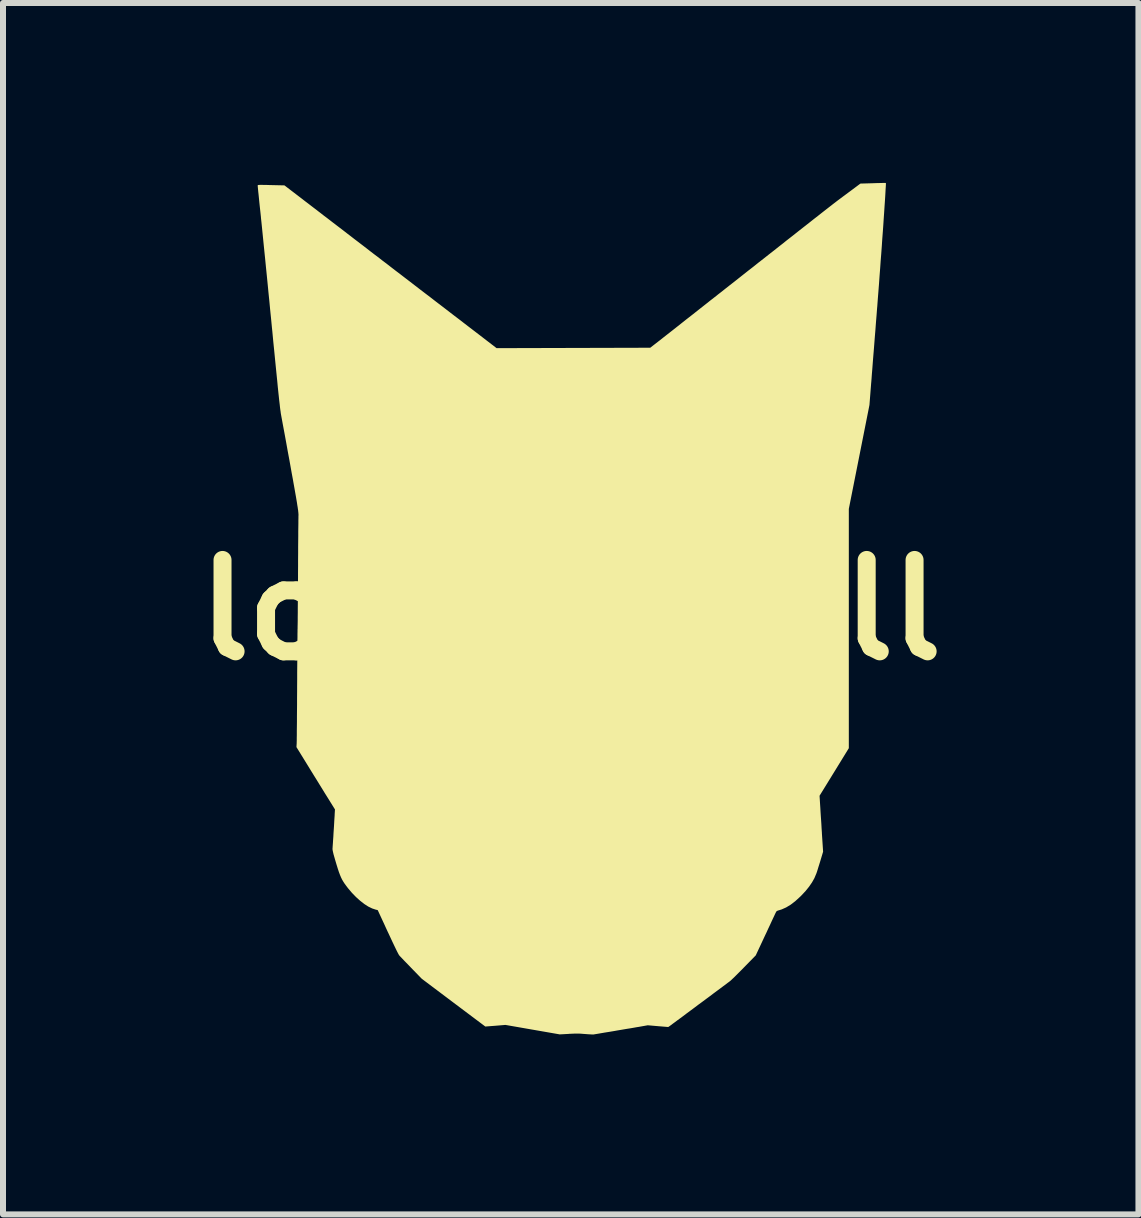
<source format=kicad_pcb>
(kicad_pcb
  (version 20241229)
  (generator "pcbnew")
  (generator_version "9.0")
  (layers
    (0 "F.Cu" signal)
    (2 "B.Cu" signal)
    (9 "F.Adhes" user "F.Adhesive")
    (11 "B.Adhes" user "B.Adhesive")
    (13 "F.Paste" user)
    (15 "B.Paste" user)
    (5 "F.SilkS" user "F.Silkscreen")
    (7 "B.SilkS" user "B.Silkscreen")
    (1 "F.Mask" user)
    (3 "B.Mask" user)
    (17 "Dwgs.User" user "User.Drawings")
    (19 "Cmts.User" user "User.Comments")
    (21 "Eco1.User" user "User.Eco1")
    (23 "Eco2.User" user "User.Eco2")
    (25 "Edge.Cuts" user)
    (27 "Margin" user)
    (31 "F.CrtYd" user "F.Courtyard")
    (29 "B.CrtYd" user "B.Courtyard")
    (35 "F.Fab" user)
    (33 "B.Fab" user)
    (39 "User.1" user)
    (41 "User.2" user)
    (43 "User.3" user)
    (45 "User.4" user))
  (footprint "logo_small"
    (layer "F.Cu")
    (at 6.466 7.121)
    (property "Reference" "logo_small" (at 0 0 0) (layer "F.SilkS") (effects (font (size 1.524 1.524) (thickness 0.3))))
    (attr board_only exclude_from_pos_files exclude_from_bom)
    (fp_poly (pts (xy 5.254 -7.12) (xy 5.255 -7.12) (xy 5.255 -7.112) (xy 5.255 -7.091) (xy 5.253 -7.057) (xy 5.25 -7.011) (xy 5.247 -6.953) (xy 5.243 -6.886) (xy 5.238 -6.809) (xy 5.232 -6.723) (xy 5.226 -6.63) (xy 5.219 -6.529) (xy 5.212 -6.422) (xy 5.204 -6.309) (xy 5.195 -6.192) (xy 5.187 -6.071) (xy 5.178 -5.947) (xy 5.168 -5.821) (xy 5.159 -5.693) (xy 5.149 -5.564) (xy 5.14 -5.436) (xy 5.13 -5.309) (xy 5.12 -5.183) (xy 5.111 -5.06) (xy 5.108 -5.029) (xy 5.099 -4.91) (xy 5.089 -4.789) (xy 5.08 -4.667) (xy 5.07 -4.547) (xy 5.061 -4.43) (xy 5.052 -4.316) (xy 5.043 -4.208) (xy 5.035 -4.106) (xy 5.028 -4.013) (xy 5.021 -3.93) (xy 5.016 -3.858) (xy 5.011 -3.798) (xy 5.01 -3.789) (xy 4.981 -3.419) (xy 4.809 -2.552) (xy 4.637 -1.686) (xy 4.637 0.309) (xy 4.637 2.304) (xy 4.393 2.701) (xy 4.149 3.097) (xy 4.159 3.258) (xy 4.162 3.302) (xy 4.165 3.357) (xy 4.169 3.422) (xy 4.174 3.493) (xy 4.179 3.567) (xy 4.183 3.642) (xy 4.188 3.715) (xy 4.188 3.724) (xy 4.208 4.03) (xy 4.16 4.19) (xy 4.145 4.239) (xy 4.13 4.286) (xy 4.117 4.329) (xy 4.106 4.364) (xy 4.097 4.39) (xy 4.094 4.397) (xy 4.063 4.471) (xy 4.023 4.542) (xy 3.975 4.612) (xy 3.917 4.684) (xy 3.848 4.758) (xy 3.829 4.777) (xy 3.747 4.852) (xy 3.668 4.913) (xy 3.592 4.959) (xy 3.518 4.992) (xy 3.48 5.004) (xy 3.453 5.012) (xy 3.436 5.02) (xy 3.426 5.031) (xy 3.423 5.037) (xy 3.418 5.047) (xy 3.407 5.069) (xy 3.392 5.102) (xy 3.372 5.144) (xy 3.349 5.193) (xy 3.323 5.25) (xy 3.294 5.311) (xy 3.264 5.377) (xy 3.249 5.408) (xy 3.085 5.759) (xy 2.888 5.96) (xy 2.843 6.006) (xy 2.799 6.05) (xy 2.759 6.09) (xy 2.724 6.125) (xy 2.694 6.153) (xy 2.671 6.175) (xy 2.657 6.187) (xy 2.655 6.188) (xy 2.642 6.199) (xy 2.618 6.216) (xy 2.586 6.241) (xy 2.545 6.271) (xy 2.497 6.307) (xy 2.443 6.347) (xy 2.385 6.39) (xy 2.323 6.437) (xy 2.258 6.485) (xy 2.191 6.535) (xy 2.124 6.584) (xy 2.058 6.634) (xy 1.993 6.682) (xy 1.931 6.728) (xy 1.873 6.772) (xy 1.819 6.812) (xy 1.771 6.847) (xy 1.731 6.877) (xy 1.698 6.901) (xy 1.675 6.919) (xy 1.661 6.928) (xy 1.66 6.93) (xy 1.626 6.953) (xy 1.456 6.939) (xy 1.285 6.924) (xy 1.166 6.945) (xy 1.139 6.95) (xy 1.1 6.956) (xy 1.05 6.965) (xy 0.992 6.975) (xy 0.928 6.985) (xy 0.858 6.997) (xy 0.786 7.009) (xy 0.713 7.022) (xy 0.641 7.034) (xy 0.571 7.045) (xy 0.507 7.056) (xy 0.449 7.066) (xy 0.399 7.074) (xy 0.385 7.077) (xy 0.372 7.077) (xy 0.348 7.077) (xy 0.318 7.075) (xy 0.295 7.074) (xy 0.256 7.071) (xy 0.215 7.068) (xy 0.179 7.065) (xy 0.165 7.064) (xy 0.141 7.063) (xy 0.106 7.063) (xy 0.063 7.063) (xy 0.015 7.065) (xy -0.034 7.067) (xy -0.036 7.068) (xy -0.183 7.076) (xy -0.636 6.997) (xy -1.089 6.918) (xy -1.256 6.932) (xy -1.424 6.945) (xy -1.954 6.547) (xy -2.484 6.148) (xy -2.661 5.966) (xy -2.703 5.922) (xy -2.743 5.881) (xy -2.779 5.844) (xy -2.81 5.811) (xy -2.835 5.785) (xy -2.852 5.767) (xy -2.859 5.759) (xy -2.867 5.747) (xy -2.88 5.723) (xy -2.898 5.688) (xy -2.92 5.643) (xy -2.946 5.589) (xy -2.976 5.526) (xy -3.008 5.457) (xy -3.043 5.382) (xy -3.049 5.37) (xy -3.08 5.303) (xy -3.109 5.239) (xy -3.136 5.181) (xy -3.16 5.129) (xy -3.181 5.084) (xy -3.197 5.049) (xy -3.209 5.023) (xy -3.216 5.008) (xy -3.218 5.005) (xy -3.225 5.002) (xy -3.242 4.998) (xy -3.251 4.996) (xy -3.311 4.976) (xy -3.375 4.945) (xy -3.442 4.902) (xy -3.51 4.849) (xy -3.58 4.786) (xy -3.648 4.716) (xy -3.714 4.638) (xy -3.745 4.597) (xy -3.77 4.563) (xy -3.792 4.529) (xy -3.812 4.495) (xy -3.83 4.458) (xy -3.848 4.415) (xy -3.866 4.367) (xy -3.885 4.309) (xy -3.906 4.241) (xy -3.925 4.177) (xy -3.941 4.121) (xy -3.954 4.076) (xy -3.962 4.042) (xy -3.968 4.015) (xy -3.971 3.995) (xy -3.972 3.979) (xy -3.971 3.972) (xy -3.97 3.954) (xy -3.968 3.923) (xy -3.965 3.882) (xy -3.962 3.833) (xy -3.958 3.779) (xy -3.955 3.72) (xy -3.951 3.661) (xy -3.947 3.602) (xy -3.944 3.546) (xy -3.941 3.495) (xy -3.938 3.451) (xy -3.936 3.417) (xy -3.936 3.408) (xy -3.931 3.325) (xy -4.067 3.106) (xy -4.101 3.052) (xy -4.14 2.988) (xy -4.184 2.917) (xy -4.23 2.842) (xy -4.278 2.765) (xy -4.325 2.689) (xy -4.369 2.617) (xy -4.388 2.586) (xy -4.573 2.286) (xy -4.569 2.22) (xy -4.569 2.204) (xy -4.568 2.175) (xy -4.568 2.134) (xy -4.567 2.081) (xy -4.567 2.017) (xy -4.566 1.944) (xy -4.565 1.862) (xy -4.565 1.773) (xy -4.564 1.676) (xy -4.563 1.575) (xy -4.563 1.468) (xy -4.562 1.357) (xy -4.562 1.273) (xy -4.561 1.16) (xy -4.561 1.05) (xy -4.56 0.944) (xy -4.559 0.844) (xy -4.559 0.749) (xy -4.558 0.661) (xy -4.558 0.581) (xy -4.557 0.51) (xy -4.556 0.449) (xy -4.556 0.399) (xy -4.555 0.36) (xy -4.555 0.334) (xy -4.555 0.324) (xy -4.554 0.308) (xy -4.554 0.278) (xy -4.553 0.237) (xy -4.552 0.183) (xy -4.552 0.12) (xy -4.551 0.046) (xy -4.551 -0.036) (xy -4.55 -0.125) (xy -4.549 -0.221) (xy -4.549 -0.323) (xy -4.548 -0.43) (xy -4.547 -0.54) (xy -4.547 -0.618) (xy -4.546 -0.731) (xy -4.546 -0.84) (xy -4.545 -0.946) (xy -4.545 -1.047) (xy -4.544 -1.142) (xy -4.543 -1.23) (xy -4.543 -1.31) (xy -4.542 -1.381) (xy -4.541 -1.443) (xy -4.541 -1.494) (xy -4.54 -1.533) (xy -4.54 -1.559) (xy -4.54 -1.569) (xy -4.539 -1.58) (xy -4.539 -1.591) (xy -4.54 -1.604) (xy -4.541 -1.62) (xy -4.543 -1.638) (xy -4.545 -1.66) (xy -4.549 -1.685) (xy -4.553 -1.715) (xy -4.559 -1.75) (xy -4.565 -1.791) (xy -4.573 -1.838) (xy -4.582 -1.892) (xy -4.593 -1.953) (xy -4.605 -2.022) (xy -4.619 -2.1) (xy -4.634 -2.186) (xy -4.652 -2.282) (xy -4.671 -2.389) (xy -4.692 -2.506) (xy -4.716 -2.634) (xy -4.741 -2.774) (xy -4.769 -2.927) (xy -4.8 -3.093) (xy -4.832 -3.268) (xy -4.835 -3.287) (xy -4.838 -3.312) (xy -4.843 -3.345) (xy -4.848 -3.385) (xy -4.853 -3.433) (xy -4.86 -3.49) (xy -4.867 -3.556) (xy -4.875 -3.631) (xy -4.884 -3.717) (xy -4.893 -3.813) (xy -4.904 -3.921) (xy -4.916 -4.04) (xy -4.929 -4.171) (xy -4.943 -4.314) (xy -4.959 -4.471) (xy -4.975 -4.642) (xy -4.982 -4.709) (xy -4.996 -4.855) (xy -5.011 -5.002) (xy -5.025 -5.15) (xy -5.04 -5.297) (xy -5.054 -5.442) (xy -5.068 -5.583) (xy -5.082 -5.721) (xy -5.095 -5.854) (xy -5.108 -5.98) (xy -5.12 -6.099) (xy -5.131 -6.209) (xy -5.141 -6.309) (xy -5.15 -6.399) (xy -5.158 -6.477) (xy -5.165 -6.541) (xy -5.165 -6.548) (xy -5.174 -6.633) (xy -5.183 -6.714) (xy -5.191 -6.789) (xy -5.198 -6.859) (xy -5.204 -6.92) (xy -5.21 -6.974) (xy -5.214 -7.017) (xy -5.217 -7.049) (xy -5.219 -7.069) (xy -5.219 -7.076) (xy -5.219 -7.08) (xy -5.217 -7.083) (xy -5.212 -7.086) (xy -5.203 -7.087) (xy -5.187 -7.088) (xy -5.164 -7.089) (xy -5.132 -7.088) (xy -5.089 -7.088) (xy -5.035 -7.086) (xy -4.996 -7.085) (xy -4.773 -7.08) (xy -4.538 -6.9) (xy -4.483 -6.858) (xy -4.429 -6.816) (xy -4.376 -6.776) (xy -4.328 -6.739) (xy -4.285 -6.706) (xy -4.249 -6.679) (xy -4.223 -6.659) (xy -4.22 -6.656) (xy -4.195 -6.637) (xy -4.161 -6.611) (xy -4.119 -6.578) (xy -4.071 -6.542) (xy -4.019 -6.502) (xy -3.966 -6.461) (xy -3.912 -6.42) (xy -3.911 -6.419) (xy -3.852 -6.374) (xy -3.789 -6.326) (xy -3.725 -6.276) (xy -3.662 -6.228) (xy -3.603 -6.182) (xy -3.55 -6.142) (xy -3.519 -6.118) (xy -3.465 -6.077) (xy -3.404 -6.03) (xy -3.34 -5.98) (xy -3.276 -5.931) (xy -3.216 -5.886) (xy -3.185 -5.862) (xy -3.147 -5.832) (xy -3.099 -5.796) (xy -3.043 -5.753) (xy -2.981 -5.705) (xy -2.915 -5.654) (xy -2.846 -5.602) (xy -2.776 -5.548) (xy -2.707 -5.495) (xy -2.674 -5.47) (xy -2.599 -5.412) (xy -2.516 -5.348) (xy -2.427 -5.28) (xy -2.336 -5.211) (xy -2.246 -5.141) (xy -2.158 -5.074) (xy -2.077 -5.012) (xy -2.006 -4.957) (xy -1.937 -4.904) (xy -1.863 -4.848) (xy -1.788 -4.79) (xy -1.714 -4.733) (xy -1.642 -4.678) (xy -1.574 -4.626) (xy -1.514 -4.58) (xy -1.462 -4.54) (xy -1.457 -4.536) (xy -1.236 -4.366) (xy 1.326 -4.373) (xy 1.452 -4.471) (xy 1.491 -4.501) (xy 1.54 -4.54) (xy 1.6 -4.587) (xy 1.669 -4.641) (xy 1.748 -4.703) (xy 1.835 -4.772) (xy 1.931 -4.848) (xy 2.035 -4.929) (xy 2.145 -5.016) (xy 2.263 -5.109) (xy 2.322 -5.156) (xy 2.358 -5.184) (xy 2.403 -5.219) (xy 2.457 -5.262) (xy 2.518 -5.309) (xy 2.583 -5.361) (xy 2.653 -5.416) (xy 2.725 -5.472) (xy 2.797 -5.529) (xy 2.869 -5.586) (xy 2.883 -5.597) (xy 2.96 -5.658) (xy 3.044 -5.723) (xy 3.13 -5.792) (xy 3.219 -5.861) (xy 3.306 -5.93) (xy 3.391 -5.996) (xy 3.47 -6.059) (xy 3.542 -6.115) (xy 3.59 -6.154) (xy 3.703 -6.242) (xy 3.805 -6.323) (xy 3.897 -6.395) (xy 3.98 -6.46) (xy 4.053 -6.518) (xy 4.119 -6.569) (xy 4.177 -6.615) (xy 4.228 -6.655) (xy 4.272 -6.689) (xy 4.31 -6.719) (xy 4.344 -6.745) (xy 4.373 -6.768) (xy 4.398 -6.787) (xy 4.419 -6.803) (xy 4.438 -6.818) (xy 4.454 -6.83) (xy 4.469 -6.841) (xy 4.47 -6.842) (xy 4.501 -6.865) (xy 4.541 -6.895) (xy 4.587 -6.929) (xy 4.634 -6.964) (xy 4.68 -6.998) (xy 4.692 -7.007) (xy 4.83 -7.11) (xy 5.041 -7.116) (xy 5.095 -7.118) (xy 5.143 -7.119) (xy 5.185 -7.12) (xy 5.219 -7.121) (xy 5.242 -7.121)) (stroke (width 0) (type solid)) (fill yes) (layer "F.SilkS")))
  (gr_rect
    (start -3 -3)
    (end 15.932 17.198)
    (stroke (width 0.1) (type default))
    (fill no)
    (layer "Edge.Cuts")))
</source>
